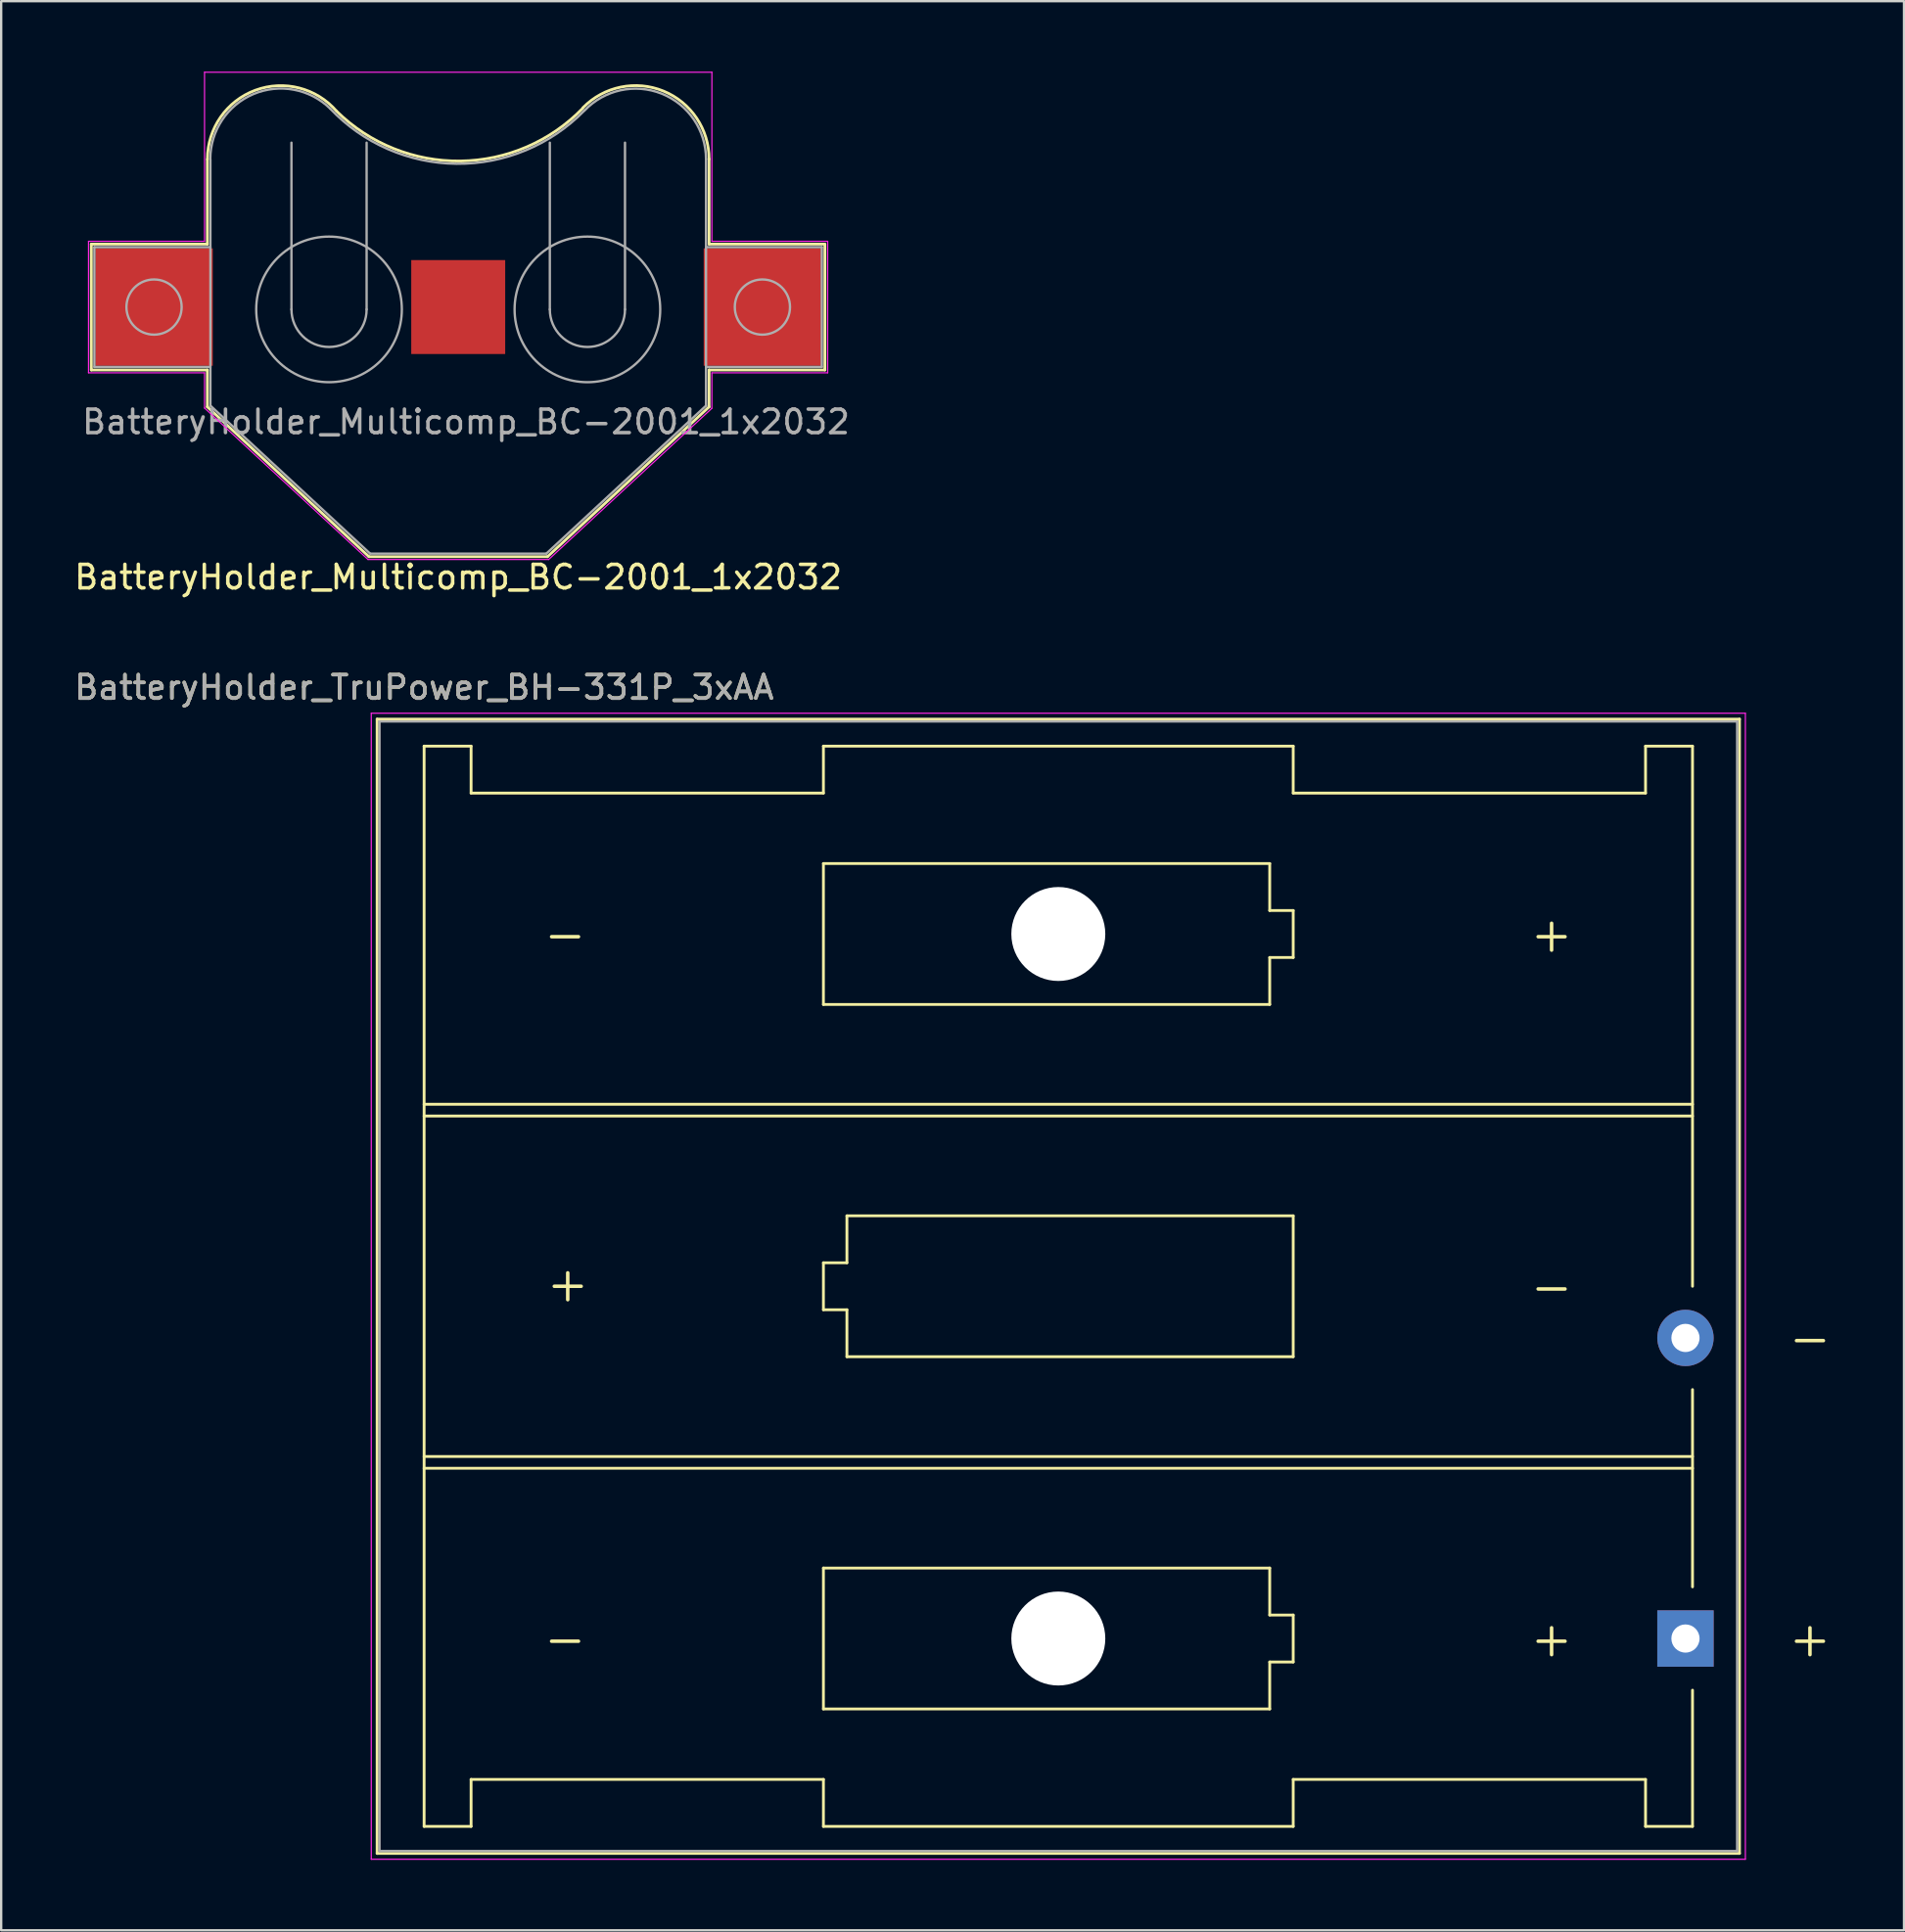
<source format=kicad_pcb>
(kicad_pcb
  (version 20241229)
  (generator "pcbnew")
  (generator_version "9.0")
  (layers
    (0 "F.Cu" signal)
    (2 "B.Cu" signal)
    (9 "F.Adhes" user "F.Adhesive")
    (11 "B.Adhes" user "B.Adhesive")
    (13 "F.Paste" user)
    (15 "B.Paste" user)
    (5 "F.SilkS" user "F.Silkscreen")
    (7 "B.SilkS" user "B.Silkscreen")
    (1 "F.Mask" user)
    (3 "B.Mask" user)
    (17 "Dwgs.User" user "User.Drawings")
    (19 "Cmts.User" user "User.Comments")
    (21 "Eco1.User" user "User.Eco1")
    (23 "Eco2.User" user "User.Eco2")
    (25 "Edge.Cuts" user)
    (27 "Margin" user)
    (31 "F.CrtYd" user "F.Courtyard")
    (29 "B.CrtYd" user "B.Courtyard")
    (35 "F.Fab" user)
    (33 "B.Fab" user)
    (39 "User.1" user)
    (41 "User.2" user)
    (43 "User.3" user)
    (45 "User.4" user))
  (footprint "BatteryHolder_TruPower_BH-331P_3xAA"
    (layer "F.Cu")
    (at 68.706 66.722)
    (property "Reference" "BatteryHolder_TruPower_BH-331P_3xAA" (at -53.7 -40.5 180) (layer "F.SilkS") (effects (font (size 1 1) (thickness 0.15))))
    (attr through_hole)
    (fp_line (start -55.7 -39.15) (end -55.7 9.15) (stroke (width 0.12) (type solid)) (layer "F.SilkS"))
    (fp_line (start -55.7 -39.15) (end 2.3 -39.15) (stroke (width 0.12) (type solid)) (layer "F.SilkS"))
    (fp_line (start -55.7 9.15) (end 2.3 9.15) (stroke (width 0.12) (type solid)) (layer "F.SilkS"))
    (fp_line (start -53.7 -38) (end -53.7 8) (stroke (width 0.12) (type solid)) (layer "F.SilkS"))
    (fp_line (start -53.7 -38) (end -51.7 -38) (stroke (width 0.12) (type solid)) (layer "F.SilkS"))
    (fp_line (start -53.7 -7.75) (end 0.3 -7.75) (stroke (width 0.12) (type solid)) (layer "F.SilkS"))
    (fp_line (start -53.7 8) (end -51.7 8) (stroke (width 0.12) (type solid)) (layer "F.SilkS"))
    (fp_line (start -51.7 -38) (end -51.7 -36) (stroke (width 0.12) (type solid)) (layer "F.SilkS"))
    (fp_line (start -51.7 6) (end -36.7 6) (stroke (width 0.12) (type solid)) (layer "F.SilkS"))
    (fp_line (start -51.7 8) (end -51.7 6) (stroke (width 0.12) (type solid)) (layer "F.SilkS"))
    (fp_line (start -36.7 -38) (end -36.7 -36) (stroke (width 0.12) (type solid)) (layer "F.SilkS"))
    (fp_line (start -36.7 -36) (end -51.7 -36) (stroke (width 0.12) (type solid)) (layer "F.SilkS"))
    (fp_line (start -36.7 -33) (end -17.7 -33) (stroke (width 0.12) (type solid)) (layer "F.SilkS"))
    (fp_line (start -36.7 -27) (end -36.7 -33) (stroke (width 0.12) (type solid)) (layer "F.SilkS"))
    (fp_line (start -36.7 -16) (end -35.7 -16) (stroke (width 0.12) (type solid)) (layer "F.SilkS"))
    (fp_line (start -36.7 -14) (end -36.7 -16) (stroke (width 0.12) (type solid)) (layer "F.SilkS"))
    (fp_line (start -36.7 -3) (end -17.7 -3) (stroke (width 0.12) (type solid)) (layer "F.SilkS"))
    (fp_line (start -36.7 3) (end -36.7 -3) (stroke (width 0.12) (type solid)) (layer "F.SilkS"))
    (fp_line (start -36.7 8) (end -36.7 6) (stroke (width 0.12) (type solid)) (layer "F.SilkS"))
    (fp_line (start -35.7 -18) (end -16.7 -18) (stroke (width 0.12) (type solid)) (layer "F.SilkS"))
    (fp_line (start -35.7 -16) (end -35.7 -18) (stroke (width 0.12) (type solid)) (layer "F.SilkS"))
    (fp_line (start -35.7 -14) (end -36.7 -14) (stroke (width 0.12) (type solid)) (layer "F.SilkS"))
    (fp_line (start -35.7 -12) (end -35.7 -14) (stroke (width 0.12) (type solid)) (layer "F.SilkS"))
    (fp_line (start -17.7 -33) (end -17.7 -31) (stroke (width 0.12) (type solid)) (layer "F.SilkS"))
    (fp_line (start -17.7 -31) (end -16.7 -31) (stroke (width 0.12) (type solid)) (layer "F.SilkS"))
    (fp_line (start -17.7 -29) (end -17.7 -27) (stroke (width 0.12) (type solid)) (layer "F.SilkS"))
    (fp_line (start -17.7 -27) (end -36.7 -27) (stroke (width 0.12) (type solid)) (layer "F.SilkS"))
    (fp_line (start -17.7 -3) (end -17.7 -1) (stroke (width 0.12) (type solid)) (layer "F.SilkS"))
    (fp_line (start -17.7 -1) (end -16.7 -1) (stroke (width 0.12) (type solid)) (layer "F.SilkS"))
    (fp_line (start -17.7 1) (end -17.7 3) (stroke (width 0.12) (type solid)) (layer "F.SilkS"))
    (fp_line (start -17.7 3) (end -36.7 3) (stroke (width 0.12) (type solid)) (layer "F.SilkS"))
    (fp_line (start -16.7 -38) (end -36.7 -38) (stroke (width 0.12) (type solid)) (layer "F.SilkS"))
    (fp_line (start -16.7 -38) (end -16.7 -36) (stroke (width 0.12) (type solid)) (layer "F.SilkS"))
    (fp_line (start -16.7 -31) (end -16.7 -29) (stroke (width 0.12) (type solid)) (layer "F.SilkS"))
    (fp_line (start -16.7 -29) (end -17.7 -29) (stroke (width 0.12) (type solid)) (layer "F.SilkS"))
    (fp_line (start -16.7 -18) (end -16.7 -12) (stroke (width 0.12) (type solid)) (layer "F.SilkS"))
    (fp_line (start -16.7 -12) (end -35.7 -12) (stroke (width 0.12) (type solid)) (layer "F.SilkS"))
    (fp_line (start -16.7 -1) (end -16.7 1) (stroke (width 0.12) (type solid)) (layer "F.SilkS"))
    (fp_line (start -16.7 1) (end -17.7 1) (stroke (width 0.12) (type solid)) (layer "F.SilkS"))
    (fp_line (start -16.7 6) (end -1.7 6) (stroke (width 0.12) (type solid)) (layer "F.SilkS"))
    (fp_line (start -16.7 8) (end -36.7 8) (stroke (width 0.12) (type solid)) (layer "F.SilkS"))
    (fp_line (start -16.7 8) (end -16.7 6) (stroke (width 0.12) (type solid)) (layer "F.SilkS"))
    (fp_line (start -1.7 -38) (end -1.7 -36) (stroke (width 0.12) (type solid)) (layer "F.SilkS"))
    (fp_line (start -1.7 -36) (end -16.7 -36) (stroke (width 0.12) (type solid)) (layer "F.SilkS"))
    (fp_line (start -1.7 8) (end -1.7 6) (stroke (width 0.12) (type solid)) (layer "F.SilkS"))
    (fp_line (start 0.3 -38) (end -1.7 -38) (stroke (width 0.12) (type solid)) (layer "F.SilkS"))
    (fp_line (start 0.3 -38) (end 0.3 -15) (stroke (width 0.12) (type solid)) (layer "F.SilkS"))
    (fp_line (start 0.3 -22.75) (end -53.7 -22.75) (stroke (width 0.12) (type solid)) (layer "F.SilkS"))
    (fp_line (start 0.3 -22.25) (end -53.7 -22.25) (stroke (width 0.12) (type solid)) (layer "F.SilkS"))
    (fp_line (start 0.3 -10.6) (end 0.3 -2.2) (stroke (width 0.12) (type solid)) (layer "F.SilkS"))
    (fp_line (start 0.3 -7.25) (end -53.7 -7.25) (stroke (width 0.12) (type solid)) (layer "F.SilkS"))
    (fp_line (start 0.3 2.2) (end 0.3 8) (stroke (width 0.12) (type solid)) (layer "F.SilkS"))
    (fp_line (start 0.3 8) (end -1.7 8) (stroke (width 0.12) (type solid)) (layer "F.SilkS"))
    (fp_line (start 2.3 -39.15) (end 2.3 9.15) (stroke (width 0.12) (type solid)) (layer "F.SilkS"))
    (fp_line (start -55.95 -39.4) (end -55.95 9.4) (stroke (width 0.05) (type solid)) (layer "F.CrtYd"))
    (fp_line (start -55.95 -39.4) (end 2.55 -39.4) (stroke (width 0.05) (type solid)) (layer "F.CrtYd"))
    (fp_line (start -55.95 9.4) (end 2.55 9.4) (stroke (width 0.05) (type solid)) (layer "F.CrtYd"))
    (fp_line (start 2.55 -39.4) (end 2.55 9.4) (stroke (width 0.05) (type solid)) (layer "F.CrtYd"))
    (fp_line (start -55.6 -39.05) (end -55.6 9.05) (stroke (width 0.1) (type solid)) (layer "F.Fab"))
    (fp_line (start -55.6 -39.05) (end 2.2 -39.05) (stroke (width 0.1) (type solid)) (layer "F.Fab"))
    (fp_line (start -55.6 9.05) (end 2.2 9.05) (stroke (width 0.1) (type solid)) (layer "F.Fab"))
    (fp_line (start 2.2 -39.05) (end 2.2 9.05) (stroke (width 0.1) (type solid)) (layer "F.Fab"))
    (fp_text user "-" (at 5.3 -12.8 0) (layer "F.SilkS") (effects (font (size 1.5 1.5) (thickness 0.15))))
    (fp_text user "+" (at -5.7 0 0) (layer "F.SilkS") (effects (font (size 1.5 1.5) (thickness 0.15))))
    (fp_text user "-" (at -47.7 -30 0) (layer "F.SilkS") (effects (font (size 1.5 1.5) (thickness 0.15))))
    (fp_text user "-" (at -5.7 -15 0) (layer "F.SilkS") (effects (font (size 1.5 1.5) (thickness 0.15))))
    (fp_text user "-" (at -47.7 0 0) (layer "F.SilkS") (effects (font (size 1.5 1.5) (thickness 0.15))))
    (fp_text user "+" (at -5.7 -30 0) (layer "F.SilkS") (effects (font (size 1.5 1.5) (thickness 0.15))))
    (fp_text user "+" (at -47.7 -15 90) (layer "F.SilkS") (effects (font (size 1.5 1.5) (thickness 0.15))))
    (fp_text user "+" (at 5.3 0 0) (layer "F.SilkS") (effects (font (size 1.5 1.5) (thickness 0.15))))
    (fp_text user "${REFERENCE}" (at -53.7 -40.5 0) (layer "F.Fab") (effects (font (size 1 1) (thickness 0.15))))
    (pad "" np_thru_hole circle (at -26.7 -30) (size 4 4) (drill 4) (layers "*.Cu" "*.Mask"))
    (pad "" np_thru_hole circle (at -26.7 0) (size 4 4) (drill 4) (layers "*.Cu" "*.Mask"))
    (pad "1" thru_hole rect (at 0 0) (size 2.4 2.4) (drill 1.2) (layers "*.Cu" "*.Mask"))
    (pad "2" thru_hole circle (at 0 -12.8) (size 2.4 2.4) (drill 1.2) (layers "*.Cu" "*.Mask")))
  (footprint "BatteryHolder_Multicomp_BC-2001_1x2032"
    (layer "F.Cu")
    (at 16.458 10.025)
    (property "Reference" "BatteryHolder_Multicomp_BC-2001_1x2032" (at 0 11.5 0) (layer "F.SilkS") (effects (font (size 1 1) (thickness 0.15))))
    (attr smd)
    (fp_line (start -15.62 -2.68) (end -10.68 -2.68) (stroke (width 0.12) (type solid)) (layer "F.SilkS"))
    (fp_line (start -15.62 2.68) (end -15.62 -2.68) (stroke (width 0.12) (type solid)) (layer "F.SilkS"))
    (fp_line (start -15.62 2.68) (end -10.68 2.68) (stroke (width 0.12) (type solid)) (layer "F.SilkS"))
    (fp_line (start -10.68 -2.68) (end -10.68 -6.28) (stroke (width 0.12) (type solid)) (layer "F.SilkS"))
    (fp_line (start -10.68 2.68) (end -10.68 4.25) (stroke (width 0.12) (type solid)) (layer "F.SilkS"))
    (fp_line (start -10.68 4.25) (end -3.8 10.63) (stroke (width 0.12) (type solid)) (layer "F.SilkS"))
    (fp_line (start 3.8 10.63) (end -3.8 10.63) (stroke (width 0.12) (type solid)) (layer "F.SilkS"))
    (fp_line (start 10.68 -2.68) (end 10.68 -6.3) (stroke (width 0.12) (type solid)) (layer "F.SilkS"))
    (fp_line (start 10.68 2.68) (end 10.68 4.25) (stroke (width 0.12) (type solid)) (layer "F.SilkS"))
    (fp_line (start 10.68 2.68) (end 15.61 2.68) (stroke (width 0.12) (type solid)) (layer "F.SilkS"))
    (fp_line (start 10.68 4.25) (end 3.8 10.63) (stroke (width 0.12) (type solid)) (layer "F.SilkS"))
    (fp_line (start 15.61 2.68) (end 15.61 -2.67) (stroke (width 0.12) (type solid)) (layer "F.SilkS"))
    (fp_line (start 15.61 -2.68) (end 10.68 -2.68) (stroke (width 0.12) (type solid)) (layer "F.SilkS"))
    (fp_arc (start -10.677058 -6.3) (mid -8.637972 -9.23169) (end -5.180001 -8.339999) (stroke (width 0.12) (type solid)) (layer "F.SilkS"))
    (fp_arc (start 5.306422 -8.467392) (mid 0.096808 -6.218103) (end -5.169999 -8.330001) (stroke (width 0.12) (type solid)) (layer "F.SilkS"))
    (fp_arc (start 5.316452 -8.492753) (mid 8.734461 -9.197232) (end 10.68 -6.3) (stroke (width 0.12) (type solid)) (layer "F.SilkS"))
    (fp_line (start -15.74 -2.8) (end -15.74 2.8) (stroke (width 0.05) (type solid)) (layer "F.CrtYd"))
    (fp_line (start -15.74 -2.8) (end -10.8 -2.8) (stroke (width 0.05) (type solid)) (layer "F.CrtYd"))
    (fp_line (start -15.74 2.8) (end -10.8 2.8) (stroke (width 0.05) (type solid)) (layer "F.CrtYd"))
    (fp_line (start -10.8 -10) (end 10.8 -10) (stroke (width 0.05) (type solid)) (layer "F.CrtYd"))
    (fp_line (start -10.8 -2.8) (end -10.8 -10) (stroke (width 0.05) (type solid)) (layer "F.CrtYd"))
    (fp_line (start -10.8 2.8) (end -10.8 4.3) (stroke (width 0.05) (type solid)) (layer "F.CrtYd"))
    (fp_line (start -10.8 4.3) (end -3.84 10.75) (stroke (width 0.05) (type solid)) (layer "F.CrtYd"))
    (fp_line (start -3.84 10.75) (end 3.85 10.75) (stroke (width 0.05) (type solid)) (layer "F.CrtYd"))
    (fp_line (start 3.85 10.75) (end 10.8 4.31) (stroke (width 0.05) (type solid)) (layer "F.CrtYd"))
    (fp_line (start 10.8 -2.8) (end 10.8 -10) (stroke (width 0.05) (type solid)) (layer "F.CrtYd"))
    (fp_line (start 10.8 -2.8) (end 15.73 -2.8) (stroke (width 0.05) (type solid)) (layer "F.CrtYd"))
    (fp_line (start 10.8 2.8) (end 10.8 4.31) (stroke (width 0.05) (type solid)) (layer "F.CrtYd"))
    (fp_line (start 10.8 2.8) (end 15.73 2.8) (stroke (width 0.05) (type solid)) (layer "F.CrtYd"))
    (fp_line (start 15.73 2.8) (end 15.73 -2.8) (stroke (width 0.05) (type solid)) (layer "F.CrtYd"))
    (fp_line (start -15.49 -2.55) (end -15.49 2.55) (stroke (width 0.1) (type solid)) (layer "F.Fab"))
    (fp_line (start -15.49 -2.55) (end -10.55 -2.55) (stroke (width 0.1) (type solid)) (layer "F.Fab"))
    (fp_line (start -15.49 2.55) (end -10.55 2.55) (stroke (width 0.1) (type solid)) (layer "F.Fab"))
    (fp_line (start -10.55 -6.29) (end -10.55 4.2) (stroke (width 0.1) (type solid)) (layer "F.Fab"))
    (fp_line (start -10.55 4.2) (end -3.75 10.5) (stroke (width 0.1) (type solid)) (layer "F.Fab"))
    (fp_line (start -7.1 0.1) (end -7.1 -7) (stroke (width 0.1) (type solid)) (layer "F.Fab"))
    (fp_line (start -3.9 0.1) (end -3.9 -7) (stroke (width 0.1) (type solid)) (layer "F.Fab"))
    (fp_line (start -3.75 10.5) (end 3.75 10.5) (stroke (width 0.1) (type solid)) (layer "F.Fab"))
    (fp_line (start 3.9 0.1) (end 3.9 -7) (stroke (width 0.1) (type solid)) (layer "F.Fab"))
    (fp_line (start 7.1 0.1) (end 7.1 -7) (stroke (width 0.1) (type solid)) (layer "F.Fab"))
    (fp_line (start 10.55 -6.3) (end 10.55 4.2) (stroke (width 0.1) (type solid)) (layer "F.Fab"))
    (fp_line (start 10.55 -2.55) (end 15.48 -2.55) (stroke (width 0.1) (type solid)) (layer "F.Fab"))
    (fp_line (start 10.55 2.55) (end 15.48 2.55) (stroke (width 0.1) (type solid)) (layer "F.Fab"))
    (fp_line (start 10.55 4.2) (end 3.75 10.5) (stroke (width 0.1) (type solid)) (layer "F.Fab"))
    (fp_line (start 15.48 2.55) (end 15.48 -2.55) (stroke (width 0.1) (type solid)) (layer "F.Fab"))
    (fp_arc (start -10.55541 -6.3) (mid -8.716433 -9.069824) (end -5.450001 -8.449999) (stroke (width 0.1) (type solid)) (layer "F.Fab"))
    (fp_arc (start -3.9 0.1) (mid -5.5 1.7) (end -7.1 0.1) (stroke (width 0.1) (type solid)) (layer "F.Fab"))
    (fp_arc (start 5.351903 -8.348132) (mid -0.070711 -6.102001) (end -5.449999 -8.450001) (stroke (width 0.1) (type solid)) (layer "F.Fab"))
    (fp_arc (start 5.376326 -8.367641) (mid 8.663323 -9.085769) (end 10.55 -6.3) (stroke (width 0.1) (type solid)) (layer "F.Fab"))
    (fp_arc (start 7.1 0.1) (mid 5.5 1.7) (end 3.9 0.1) (stroke (width 0.1) (type solid)) (layer "F.Fab"))
    (fp_circle (center -12.95 0) (end -11.775 0) (stroke (width 0.1) (type solid)) (fill no) (layer "F.Fab"))
    (fp_circle (center -5.5 0.1) (end -2.4 0.1) (stroke (width 0.1) (type solid)) (fill no) (layer "F.Fab"))
    (fp_circle (center 5.5 0.1) (end 8.6 0.1) (stroke (width 0.1) (type solid)) (fill no) (layer "F.Fab"))
    (fp_circle (center 12.95 0) (end 14.125 0) (stroke (width 0.1) (type solid)) (fill no) (layer "F.Fab"))
    (fp_text user "${REFERENCE}" (at 0.33 4.89 0) (layer "F.Fab") (effects (font (size 1 1) (thickness 0.15))))
    (pad "1" smd rect (at -12.95 0) (size 5 5) (layers "F.Cu" "F.Mask" "F.Paste"))
    (pad "1" smd rect (at 12.95 0) (size 5 5) (layers "F.Cu" "F.Mask" "F.Paste"))
    (pad "2" smd rect (at 0 0) (size 4 4) (layers "F.Cu" "F.Mask" "F.Paste")))
  (gr_rect
    (start -3 -3)
    (end 78.01 79.147)
    (stroke (width 0.1) (type default))
    (fill no)
    (layer "Edge.Cuts")))
</source>
